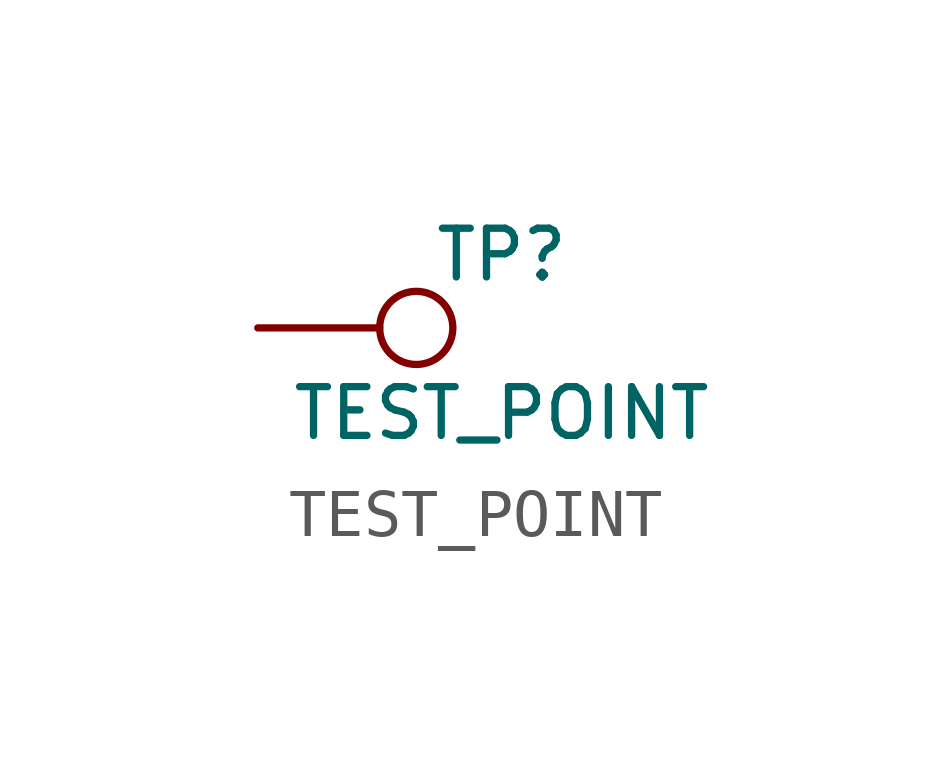
<source format=kicad_sym>
(kicad_symbol_lib
  (version 20211014)
  (generator kicad_symbol_editor)
  (symbol "TEST_POINT"
    (pin_numbers hide)
    (pin_names
      (offset 0.762) hide)
    (property "Reference" "TP"
      (at 0 1.524 0)
      (effects (font (size 1.016 1.016))))
    (property "Value" "TEST_POINT"
      (at 0 -1.778 0)
      (effects (font (size 1.016 1.016))))
    (property "Footprint" ""
      (at 0 0 0)
      (effects (font (size 1.524 1.524))))
    (property "Datasheet" ""
      (at 0 0 0)
      (effects (font (size 1.524 1.524))))
    (symbol "TEST_POINT_0_1"
      (circle (center -1.778 0) (radius 0.762) (stroke (width 0) (type default) (color 0 0 0 0)) (fill (type none)))
      (pin passive line (at -5.08 0 0) (length 2.54) (name "1" (effects (font (size 1.524 1.524)))) (number "1" (effects (font (size 1.524 1.524))))))))
</source>
